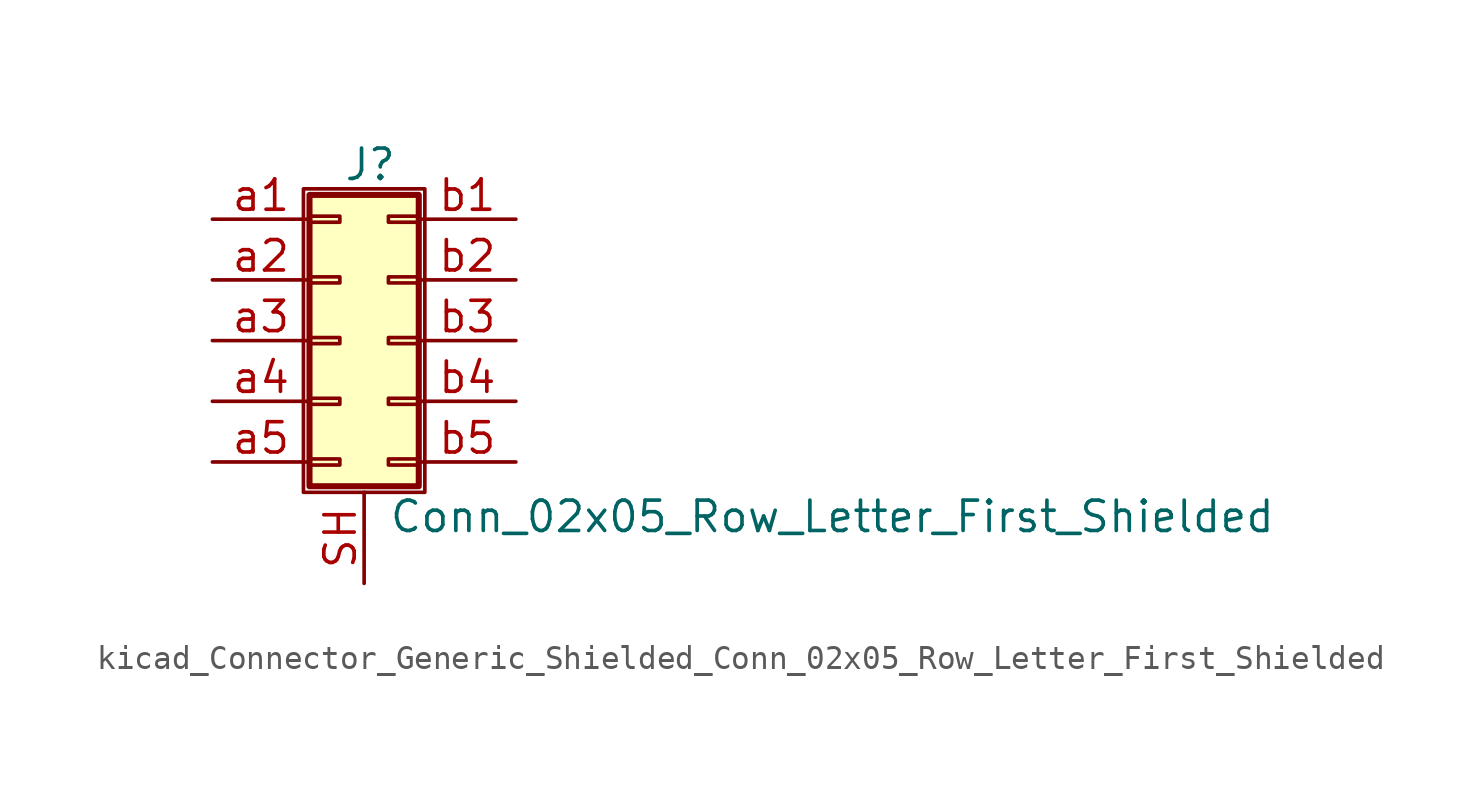
<source format=kicad_sym>
(kicad_symbol_lib
  (version 20220914)
  (generator kicad_symbol_editor)
  (symbol "kicad_Connector_Generic_Shielded_Conn_02x05_Row_Letter_First_Shielded"
    (pin_names
      (offset 1.016) hide)
    (property "Reference" "J"
      (at 1.524 7.366 0)
      (effects (font (size 1.27 1.27))))
    (property "Value" "Conn_02x05_Row_Letter_First_Shielded"
      (at 2.286 -7.366 0)
      (effects (font (size 1.27 1.27)) (justify left)))
    (symbol "kicad_Connector_Generic_Shielded_Conn_02x05_Row_Letter_First_Shielded_1_1"
      (rectangle (start -1.27 6.35) (end 3.81 -6.35) (stroke (width 0.152) (type default)) (fill (type none)))
      (rectangle (start -1.016 -4.953) (end 0.254 -5.207) (stroke (width 0.152) (type default)) (fill (type none)))
      (rectangle (start -1.016 -2.413) (end 0.254 -2.667) (stroke (width 0.152) (type default)) (fill (type none)))
      (rectangle (start -1.016 0.127) (end 0.254 -0.127) (stroke (width 0.152) (type default)) (fill (type none)))
      (rectangle (start -1.016 2.667) (end 0.254 2.413) (stroke (width 0.152) (type default)) (fill (type none)))
      (rectangle (start -1.016 5.207) (end 0.254 4.953) (stroke (width 0.152) (type default)) (fill (type none)))
      (rectangle (start -1.016 6.096) (end 3.556 -6.096) (stroke (width 0.254) (type default)) (fill (type background)))
      (rectangle (start 3.556 -4.953) (end 2.286 -5.207) (stroke (width 0.152) (type default)) (fill (type none)))
      (rectangle (start 3.556 -2.413) (end 2.286 -2.667) (stroke (width 0.152) (type default)) (fill (type none)))
      (rectangle (start 3.556 0.127) (end 2.286 -0.127) (stroke (width 0.152) (type default)) (fill (type none)))
      (rectangle (start 3.556 2.667) (end 2.286 2.413) (stroke (width 0.152) (type default)) (fill (type none)))
      (rectangle (start 3.556 5.207) (end 2.286 4.953) (stroke (width 0.152) (type default)) (fill (type none)))
      (pin passive line (at 1.27 -10.16 90) (length 3.81) (name "Shield" (effects (font (size 1.27 1.27)))) (number "SH" (effects (font (size 1.27 1.27)))))
      (pin passive line (at -5.08 5.08 0) (length 4.064) (name "Pin_a1" (effects (font (size 1.27 1.27)))) (number "a1" (effects (font (size 1.27 1.27)))))
      (pin passive line (at -5.08 2.54 0) (length 4.064) (name "Pin_a2" (effects (font (size 1.27 1.27)))) (number "a2" (effects (font (size 1.27 1.27)))))
      (pin passive line (at -5.08 0 0) (length 4.064) (name "Pin_a3" (effects (font (size 1.27 1.27)))) (number "a3" (effects (font (size 1.27 1.27)))))
      (pin passive line (at -5.08 -2.54 0) (length 4.064) (name "Pin_a4" (effects (font (size 1.27 1.27)))) (number "a4" (effects (font (size 1.27 1.27)))))
      (pin passive line (at -5.08 -5.08 0) (length 4.064) (name "Pin_a5" (effects (font (size 1.27 1.27)))) (number "a5" (effects (font (size 1.27 1.27)))))
      (pin passive line (at 7.62 5.08 180) (length 4.064) (name "Pin_b1" (effects (font (size 1.27 1.27)))) (number "b1" (effects (font (size 1.27 1.27)))))
      (pin passive line (at 7.62 2.54 180) (length 4.064) (name "Pin_b2" (effects (font (size 1.27 1.27)))) (number "b2" (effects (font (size 1.27 1.27)))))
      (pin passive line (at 7.62 0 180) (length 4.064) (name "Pin_b3" (effects (font (size 1.27 1.27)))) (number "b3" (effects (font (size 1.27 1.27)))))
      (pin passive line (at 7.62 -2.54 180) (length 4.064) (name "Pin_b4" (effects (font (size 1.27 1.27)))) (number "b4" (effects (font (size 1.27 1.27)))))
      (pin passive line (at 7.62 -5.08 180) (length 4.064) (name "Pin_b5" (effects (font (size 1.27 1.27)))) (number "b5" (effects (font (size 1.27 1.27))))))))
</source>
